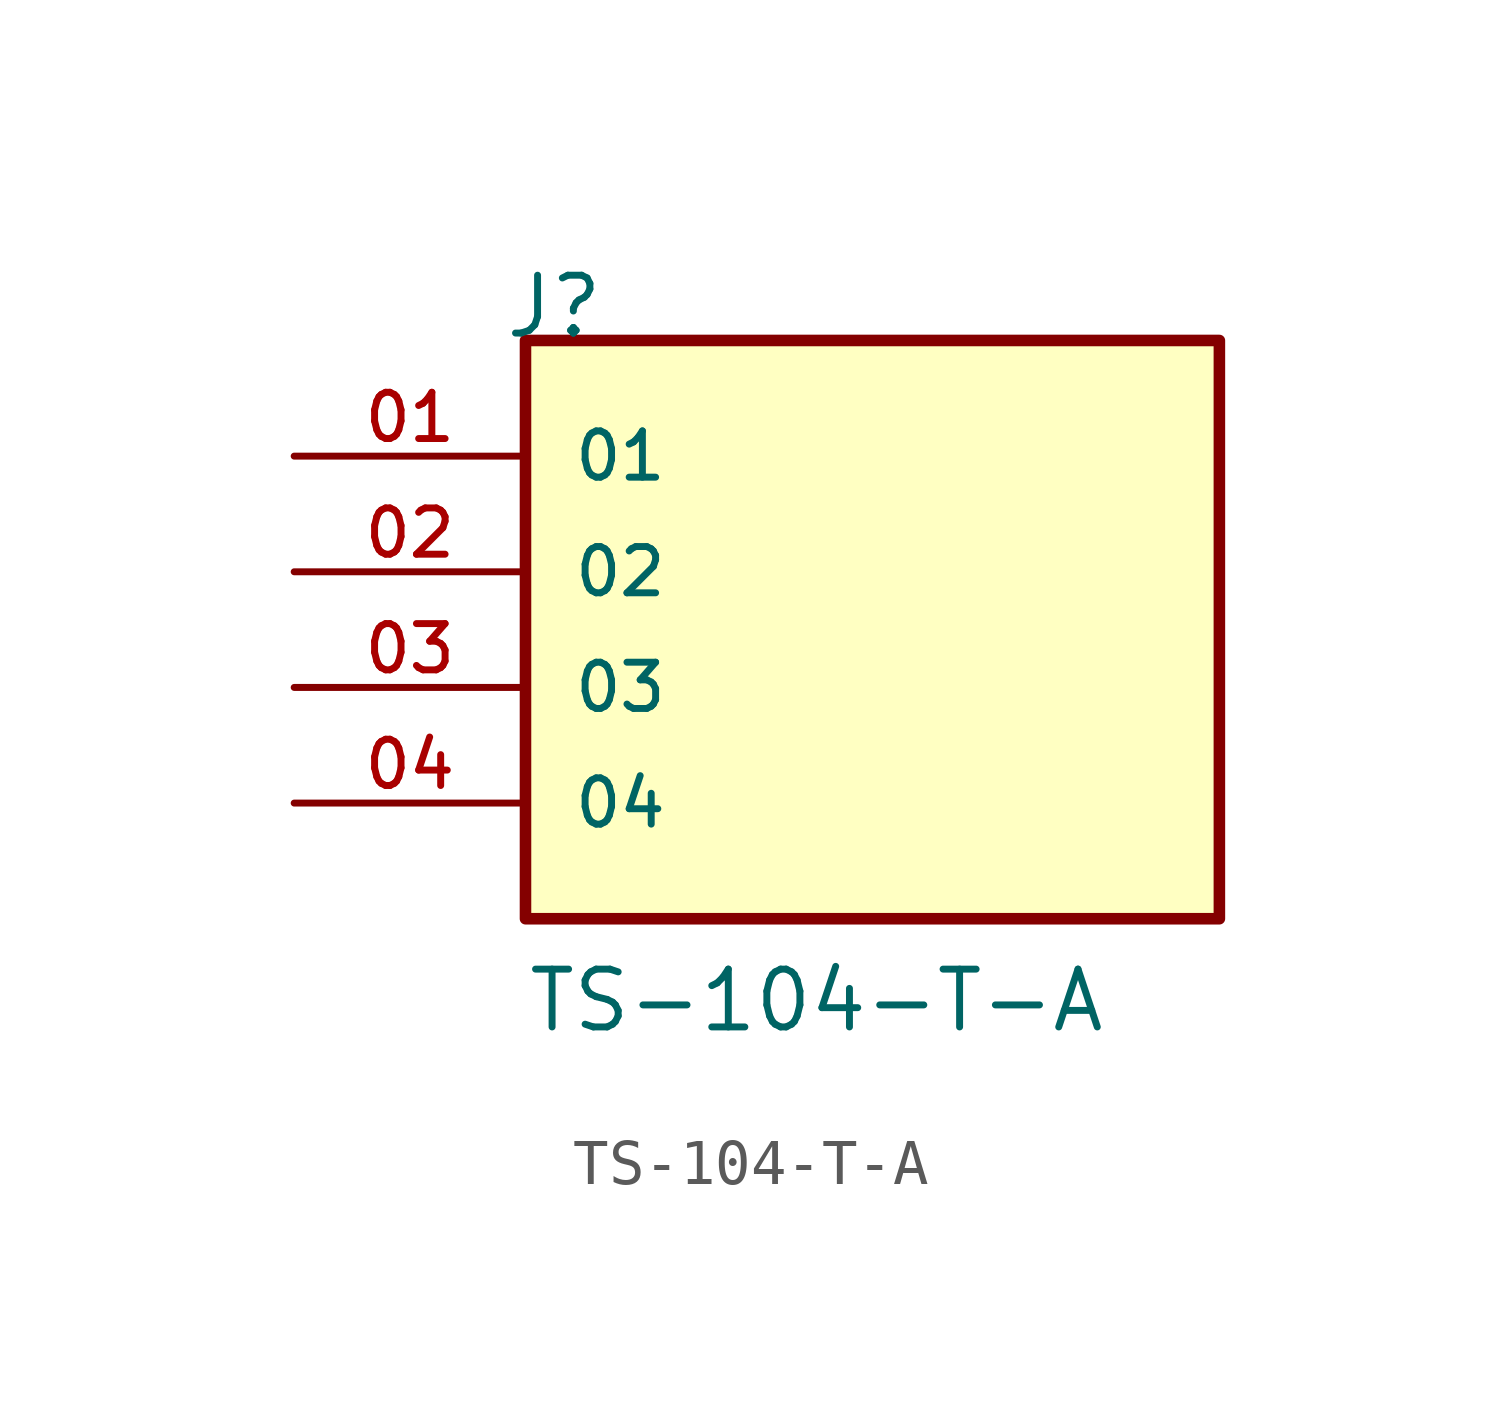
<source format=kicad_sym>
(kicad_symbol_lib
  (version 20211014)
  (generator kicad_symbol_editor)
  (symbol "TS-104-T-A"
    (pin_names
      (offset 1.016))
    (property "Reference" "J"
      (at -8.12 7.62 0)
      (effects (font (size 1.27 1.27)) (justify bottom left)))
    (property "Value" "TS-104-T-A"
      (at -7.62 -7.62 0)
      (effects (font (size 1.27 1.27)) (justify bottom left)))
    (symbol "TS-104-T-A_0_0"
      (rectangle (start -7.62 -5.08) (end 7.62 7.62) (stroke (width 0.254)) (fill (type background)))
      (pin passive line (at -12.7 5.08 0) (length 5.08) (name "01" (effects (font (size 1.016 1.016)))) (number "01" (effects (font (size 1.016 1.016)))))
      (pin passive line (at -12.7 2.54 0) (length 5.08) (name "02" (effects (font (size 1.016 1.016)))) (number "02" (effects (font (size 1.016 1.016)))))
      (pin passive line (at -12.7 0.0 0) (length 5.08) (name "03" (effects (font (size 1.016 1.016)))) (number "03" (effects (font (size 1.016 1.016)))))
      (pin passive line (at -12.7 -2.54 0) (length 5.08) (name "04" (effects (font (size 1.016 1.016)))) (number "04" (effects (font (size 1.016 1.016))))))))
</source>
